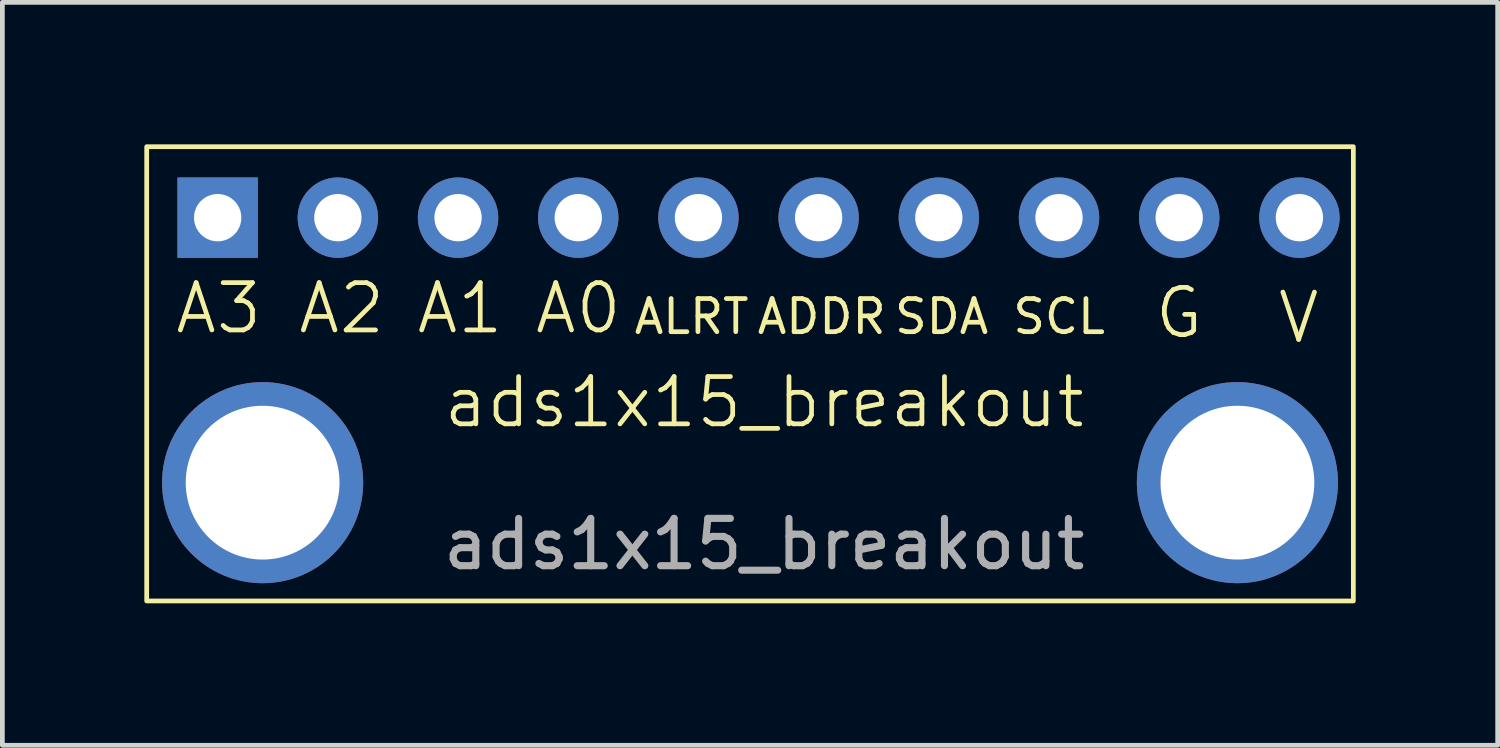
<source format=kicad_pcb>
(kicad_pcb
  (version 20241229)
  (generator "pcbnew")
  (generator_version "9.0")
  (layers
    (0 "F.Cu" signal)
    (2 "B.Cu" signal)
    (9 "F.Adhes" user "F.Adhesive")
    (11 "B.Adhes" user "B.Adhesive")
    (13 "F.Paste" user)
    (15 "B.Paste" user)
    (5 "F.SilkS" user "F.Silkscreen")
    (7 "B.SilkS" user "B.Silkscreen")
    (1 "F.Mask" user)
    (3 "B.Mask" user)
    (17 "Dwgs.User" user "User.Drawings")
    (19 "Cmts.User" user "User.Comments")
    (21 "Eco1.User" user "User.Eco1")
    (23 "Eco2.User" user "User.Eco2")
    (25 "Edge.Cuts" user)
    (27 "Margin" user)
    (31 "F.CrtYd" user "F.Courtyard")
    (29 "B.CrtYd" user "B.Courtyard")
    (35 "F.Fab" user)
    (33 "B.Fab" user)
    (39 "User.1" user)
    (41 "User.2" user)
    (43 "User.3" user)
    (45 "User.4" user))
  (footprint "ads1x15_breakout"
    (layer "F.Cu")
    (at 12.8 4.85)
    (property "Reference" "ads1x15_breakout" (at 0.3 0.6 0) (unlocked yes) (layer "F.SilkS") (effects (font (size 1 1) (thickness 0.1))))
    (attr through_hole)
    (fp_rect (start -12.75 -4.8) (end 12.75 4.8) (stroke (width 0.1) (type default)) (fill no) (layer "F.SilkS"))
    (fp_text user "A1" (at -7.1 -0.8 0) (unlocked yes) (layer "F.SilkS") (effects (font (size 1 1) (thickness 0.1)) (justify left bottom)))
    (fp_text user "ADDR" (at 0.1 -0.8 0) (unlocked yes) (layer "F.SilkS") (effects (font (size 0.7 0.7) (thickness 0.1)) (justify left bottom)))
    (fp_text user "A0" (at -4.6 -0.8 0) (unlocked yes) (layer "F.SilkS") (effects (font (size 1 1) (thickness 0.1)) (justify left bottom)))
    (fp_text user "G" (at 8.5 -0.7 0) (unlocked yes) (layer "F.SilkS") (effects (font (size 1 1) (thickness 0.1)) (justify left bottom)))
    (fp_text user "SCL" (at 5.5 -0.8 0) (unlocked yes) (layer "F.SilkS") (effects (font (size 0.7 0.7) (thickness 0.1)) (justify left bottom)))
    (fp_text user "A2" (at -9.6 -0.8 0) (unlocked yes) (layer "F.SilkS") (effects (font (size 1 1) (thickness 0.1)) (justify left bottom)))
    (fp_text user "SDA" (at 3 -0.8 0) (unlocked yes) (layer "F.SilkS") (effects (font (size 0.7 0.7) (thickness 0.1)) (justify left bottom)))
    (fp_text user "ALRT" (at -2.5 -0.8 0) (unlocked yes) (layer "F.SilkS") (effects (font (size 0.7 0.7) (thickness 0.1)) (justify left bottom)))
    (fp_text user "V" (at 11.1 -0.6 0) (unlocked yes) (layer "F.SilkS") (effects (font (size 1 1) (thickness 0.1)) (justify left bottom)))
    (fp_text user "A3" (at -12.2 -0.8 0) (unlocked yes) (layer "F.SilkS") (effects (font (size 1 1) (thickness 0.1)) (justify left bottom)))
    (fp_text user "${REFERENCE}" (at 0.3 3.6 0) (unlocked yes) (layer "F.Fab") (effects (font (size 1 1) (thickness 0.15))))
    (pad "" np_thru_hole circle (at -10.3 2.3) (size 4.25 4.25) (drill 3.25) (layers "*.Cu" "*.Mask"))
    (pad "" np_thru_hole circle (at 10.3 2.3) (size 4.25 4.25) (drill 3.25) (layers "*.Cu" "*.Mask"))
    (pad "1" thru_hole rect (at -11.25 -3.3) (size 1.7 1.7) (drill 1) (layers "*.Cu" "*.Mask"))
    (pad "2" thru_hole circle (at -8.71 -3.3) (size 1.7 1.7) (drill 1) (layers "*.Cu" "*.Mask"))
    (pad "3" thru_hole circle (at -6.17 -3.3) (size 1.7 1.7) (drill 1) (layers "*.Cu" "*.Mask"))
    (pad "4" thru_hole circle (at -3.63 -3.3) (size 1.7 1.7) (drill 1) (layers "*.Cu" "*.Mask"))
    (pad "5" thru_hole circle (at -1.09 -3.3) (size 1.7 1.7) (drill 1) (layers "*.Cu" "*.Mask"))
    (pad "6" thru_hole circle (at 1.45 -3.3) (size 1.7 1.7) (drill 1) (layers "*.Cu" "*.Mask"))
    (pad "7" thru_hole circle (at 3.99 -3.3) (size 1.7 1.7) (drill 1) (layers "*.Cu" "*.Mask"))
    (pad "8" thru_hole circle (at 6.53 -3.3) (size 1.7 1.7) (drill 1) (layers "*.Cu" "*.Mask"))
    (pad "9" thru_hole circle (at 9.07 -3.3) (size 1.7 1.7) (drill 1) (layers "*.Cu" "*.Mask"))
    (pad "10" thru_hole circle (at 11.61 -3.3) (size 1.7 1.7) (drill 1) (layers "*.Cu" "*.Mask")))
  (gr_rect
    (start -3 -3)
    (end 28.6 12.7)
    (stroke (width 0.1) (type default))
    (fill no)
    (layer "Edge.Cuts")))
</source>
